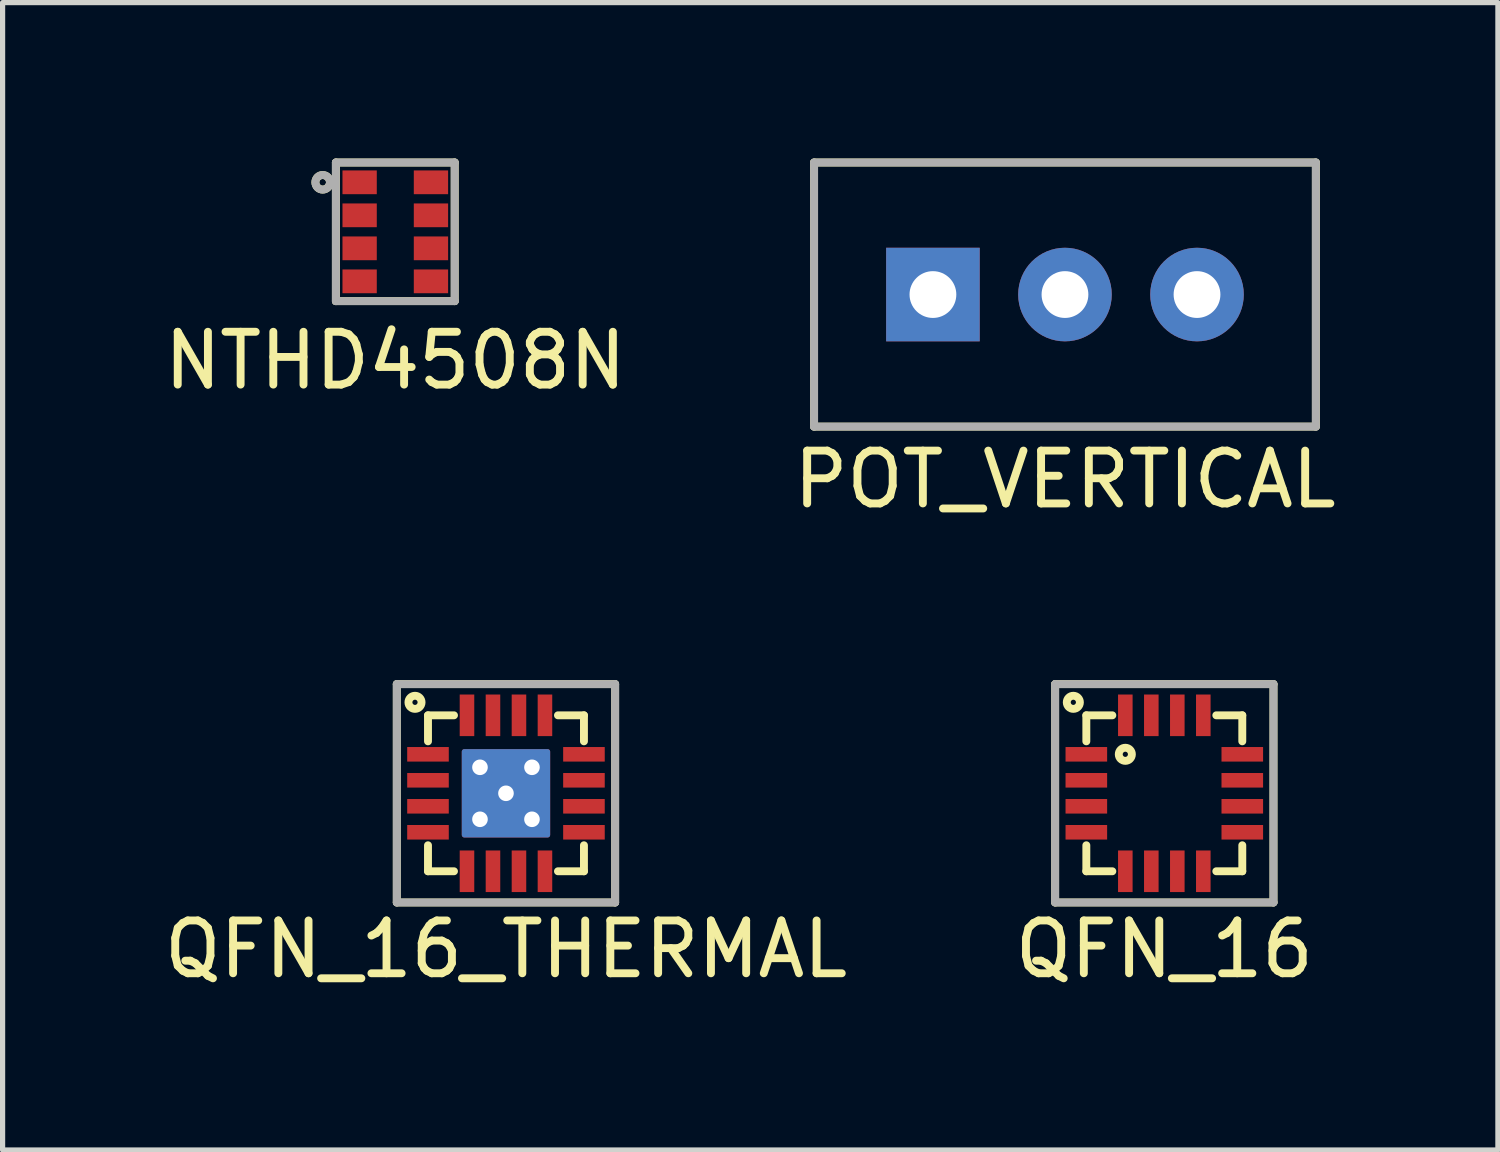
<source format=kicad_pcb>
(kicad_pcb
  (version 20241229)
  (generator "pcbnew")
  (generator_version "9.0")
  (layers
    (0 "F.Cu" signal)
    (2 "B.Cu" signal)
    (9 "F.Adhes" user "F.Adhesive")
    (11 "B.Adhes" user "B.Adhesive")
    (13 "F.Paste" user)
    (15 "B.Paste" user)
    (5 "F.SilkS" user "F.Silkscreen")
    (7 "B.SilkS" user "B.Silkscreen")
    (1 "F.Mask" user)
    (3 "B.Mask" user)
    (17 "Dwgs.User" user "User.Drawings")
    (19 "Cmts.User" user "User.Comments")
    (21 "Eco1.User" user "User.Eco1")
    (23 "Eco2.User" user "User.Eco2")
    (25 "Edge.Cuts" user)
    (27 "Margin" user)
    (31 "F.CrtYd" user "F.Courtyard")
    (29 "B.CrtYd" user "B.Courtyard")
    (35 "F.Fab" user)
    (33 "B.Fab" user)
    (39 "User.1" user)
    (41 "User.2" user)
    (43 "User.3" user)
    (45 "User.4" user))
  (footprint "NTHD4508N"
    (layer "F.Cu")
    (at 4.554 0.457)
    (property "Reference" "NTHD4508N" (at 0 3.429 0) (layer "F.SilkS") (effects (font (size 1.016 1.016) (thickness 0.152))))
    (attr smd)
    (fp_line (start -1.143 -0.381) (end -1.143 2.286) (stroke (width 0.152) (type solid)) (layer "F.SilkS"))
    (fp_line (start -1.143 -0.381) (end 1.143 -0.381) (stroke (width 0.152) (type solid)) (layer "F.SilkS"))
    (fp_line (start -1.143 2.286) (end 1.143 2.286) (stroke (width 0.152) (type solid)) (layer "F.SilkS"))
    (fp_line (start 1.143 -0.381) (end 1.143 2.286) (stroke (width 0.152) (type solid)) (layer "F.SilkS"))
    (fp_circle (center -1.397 0) (end -1.333 0) (stroke (width 0.152) (type solid)) (fill no) (layer "F.SilkS"))
    (fp_line (start -1.143 -0.381) (end 1.143 -0.381) (stroke (width 0.152) (type solid)) (layer "F.Fab"))
    (fp_line (start -1.143 2.286) (end -1.143 -0.381) (stroke (width 0.152) (type solid)) (layer "F.Fab"))
    (fp_line (start 1.143 -0.381) (end 1.143 2.286) (stroke (width 0.152) (type solid)) (layer "F.Fab"))
    (fp_line (start 1.143 2.286) (end -1.143 2.286) (stroke (width 0.152) (type solid)) (layer "F.Fab"))
    (fp_circle (center -1.397 0) (end -1.333 0) (stroke (width 0.152) (type solid)) (fill no) (layer "F.Fab"))
    (pad "1" smd rect (at -0.686 0) (size 0.66 0.457) (layers "F.Cu" "F.Mask" "F.Paste"))
    (pad "2" smd rect (at -0.686 0.635) (size 0.66 0.457) (layers "F.Cu" "F.Mask" "F.Paste"))
    (pad "3" smd rect (at -0.686 1.27) (size 0.66 0.457) (layers "F.Cu" "F.Mask" "F.Paste"))
    (pad "4" smd rect (at -0.686 1.905) (size 0.66 0.457) (layers "F.Cu" "F.Mask" "F.Paste"))
    (pad "5" smd rect (at 0.686 1.905) (size 0.66 0.457) (layers "F.Cu" "F.Mask" "F.Paste"))
    (pad "6" smd rect (at 0.686 1.27) (size 0.66 0.457) (layers "F.Cu" "F.Mask" "F.Paste"))
    (pad "7" smd rect (at 0.686 0.635) (size 0.66 0.457) (layers "F.Cu" "F.Mask" "F.Paste"))
    (pad "8" smd rect (at 0.686 0) (size 0.66 0.457) (layers "F.Cu" "F.Mask" "F.Paste")))
  (footprint "QFN_16_THERMAL"
    (layer "F.Cu")
    (at 6.683 12.21)
    (property "Reference" "QFN_16_THERMAL" (at 0 3 0) (layer "F.SilkS") (effects (font (size 1.016 1.016) (thickness 0.152))))
    (attr smd)
    (fp_poly (pts (xy 0.8 -0.8) (xy 0.8 0.8) (xy -0.8 0.8) (xy -0.8 -0.8)) (stroke (width 0.1) (type solid)) (fill yes) (layer "F.Cu"))
    (fp_poly (pts (xy -0.8 -0.8) (xy 0.8 -0.8) (xy 0.8 0.8) (xy -0.8 0.8)) (stroke (width 0.1) (type solid)) (fill yes) (layer "F.Mask"))
    (fp_poly (pts (xy 0.8 -0.8) (xy 0.8 0.8) (xy -0.8 0.8) (xy -0.8 -0.8)) (stroke (width 0.1) (type solid)) (fill yes) (layer "B.Cu"))
    (fp_poly (pts (xy 0.8 -0.8) (xy 0.8 0.8) (xy -0.8 0.8) (xy -0.8 -0.8)) (stroke (width 0.1) (type solid)) (fill yes) (layer "B.Mask"))
    (fp_line (start -2.1 -2.1) (end 2.1 -2.1) (stroke (width 0.152) (type solid)) (layer "F.SilkS"))
    (fp_line (start -2.1 2.1) (end -2.1 -2.1) (stroke (width 0.152) (type solid)) (layer "F.SilkS"))
    (fp_line (start -1.5 -1.5) (end -1 -1.5) (stroke (width 0.152) (type solid)) (layer "F.SilkS"))
    (fp_line (start -1.5 -1) (end -1.5 -1.5) (stroke (width 0.152) (type solid)) (layer "F.SilkS"))
    (fp_line (start -1.5 1.5) (end -1.5 1) (stroke (width 0.152) (type solid)) (layer "F.SilkS"))
    (fp_line (start -1 1.5) (end -1.5 1.5) (stroke (width 0.152) (type solid)) (layer "F.SilkS"))
    (fp_line (start 1 -1.5) (end 1.5 -1.5) (stroke (width 0.152) (type solid)) (layer "F.SilkS"))
    (fp_line (start 1 1.5) (end 1.5 1.5) (stroke (width 0.152) (type solid)) (layer "F.SilkS"))
    (fp_line (start 1.5 -1.5) (end 1.5 -1) (stroke (width 0.152) (type solid)) (layer "F.SilkS"))
    (fp_line (start 1.5 1.5) (end 1.5 1) (stroke (width 0.152) (type solid)) (layer "F.SilkS"))
    (fp_line (start 2.1 -2.1) (end 2.1 2.1) (stroke (width 0.152) (type solid)) (layer "F.SilkS"))
    (fp_line (start 2.1 2.1) (end -2.1 2.1) (stroke (width 0.152) (type solid)) (layer "F.SilkS"))
    (fp_circle (center -1.75 -1.75) (end -1.75 -1.7) (stroke (width 0.152) (type solid)) (fill no) (layer "F.SilkS"))
    (fp_line (start -2.1 -2.1) (end 2.1 -2.1) (stroke (width 0.152) (type solid)) (layer "F.Fab"))
    (fp_line (start -2.1 2.1) (end -2.1 -2.1) (stroke (width 0.152) (type solid)) (layer "F.Fab"))
    (fp_line (start 2.1 -2.1) (end 2.1 2.1) (stroke (width 0.152) (type solid)) (layer "F.Fab"))
    (fp_line (start 2.1 2.1) (end -2.1 2.1) (stroke (width 0.152) (type solid)) (layer "F.Fab"))
    (pad "" thru_hole circle (at -0.5 -0.5) (size 0.5 0.5) (drill 0.3) (layers "*.Cu" "*.Mask"))
    (pad "" thru_hole circle (at -0.5 0.5) (size 0.5 0.5) (drill 0.3) (layers "*.Cu" "*.Mask"))
    (pad "" thru_hole circle (at 0 0) (size 0.5 0.5) (drill 0.3) (layers "*.Cu" "*.Mask"))
    (pad "" thru_hole circle (at 0.5 -0.5) (size 0.5 0.5) (drill 0.3) (layers "*.Cu" "*.Mask"))
    (pad "" thru_hole circle (at 0.5 0.5) (size 0.5 0.5) (drill 0.3) (layers "*.Cu" "*.Mask"))
    (pad "1" smd rect (at -1.5 -0.75) (size 0.8 0.28) (layers "F.Cu" "F.Mask" "F.Paste"))
    (pad "2" smd rect (at -1.5 -0.25) (size 0.8 0.28) (layers "F.Cu" "F.Mask" "F.Paste"))
    (pad "3" smd rect (at -1.5 0.25) (size 0.8 0.28) (layers "F.Cu" "F.Mask" "F.Paste"))
    (pad "4" smd rect (at -1.5 0.75) (size 0.8 0.28) (layers "F.Cu" "F.Mask" "F.Paste"))
    (pad "5" smd rect (at -0.75 1.5 90) (size 0.8 0.28) (layers "F.Cu" "F.Mask" "F.Paste"))
    (pad "6" smd rect (at -0.25 1.5 90) (size 0.8 0.28) (layers "F.Cu" "F.Mask" "F.Paste"))
    (pad "7" smd rect (at 0.25 1.5 90) (size 0.8 0.28) (layers "F.Cu" "F.Mask" "F.Paste"))
    (pad "8" smd rect (at 0.75 1.5 90) (size 0.8 0.28) (layers "F.Cu" "F.Mask" "F.Paste"))
    (pad "9" smd rect (at 1.5 0.75) (size 0.8 0.28) (layers "F.Cu" "F.Mask" "F.Paste"))
    (pad "10" smd rect (at 1.5 0.25) (size 0.8 0.28) (layers "F.Cu" "F.Mask" "F.Paste"))
    (pad "11" smd rect (at 1.5 -0.25) (size 0.8 0.28) (layers "F.Cu" "F.Mask" "F.Paste"))
    (pad "12" smd rect (at 1.5 -0.75) (size 0.8 0.28) (layers "F.Cu" "F.Mask" "F.Paste"))
    (pad "13" smd rect (at 0.75 -1.5 90) (size 0.8 0.28) (layers "F.Cu" "F.Mask" "F.Paste"))
    (pad "14" smd rect (at 0.25 -1.5 90) (size 0.8 0.28) (layers "F.Cu" "F.Mask" "F.Paste"))
    (pad "15" smd rect (at -0.25 -1.5 90) (size 0.8 0.28) (layers "F.Cu" "F.Mask" "F.Paste"))
    (pad "16" smd rect (at -0.75 -1.5 90) (size 0.8 0.28) (layers "F.Cu" "F.Mask" "F.Paste")))
  (footprint "POT_VERTICAL"
    (layer "F.Cu")
    (at 17.436 2.616)
    (property "Reference" "POT_VERTICAL" (at 0 3.556 0) (layer "F.SilkS") (effects (font (size 1.016 1.016) (thickness 0.152))))
    (attr through_hole)
    (fp_line (start -4.826 -2.54) (end -4.826 2.54) (stroke (width 0.152) (type solid)) (layer "F.SilkS"))
    (fp_line (start -4.826 2.54) (end 4.826 2.54) (stroke (width 0.152) (type solid)) (layer "F.SilkS"))
    (fp_line (start 4.826 -2.54) (end -4.826 -2.54) (stroke (width 0.152) (type solid)) (layer "F.SilkS"))
    (fp_line (start 4.826 2.54) (end 4.826 -2.54) (stroke (width 0.152) (type solid)) (layer "F.SilkS"))
    (fp_line (start -4.826 -2.54) (end -4.826 2.54) (stroke (width 0.152) (type solid)) (layer "F.Fab"))
    (fp_line (start -4.826 2.54) (end 4.826 2.54) (stroke (width 0.152) (type solid)) (layer "F.Fab"))
    (fp_line (start 4.826 -2.54) (end -4.826 -2.54) (stroke (width 0.152) (type solid)) (layer "F.Fab"))
    (fp_line (start 4.826 2.54) (end 4.826 -2.54) (stroke (width 0.152) (type solid)) (layer "F.Fab"))
    (pad "1" thru_hole rect (at -2.54 0) (size 1.8 1.8) (drill 0.9) (layers "*.Cu" "*.Mask"))
    (pad "2" thru_hole circle (at 0 0) (size 1.8 1.8) (drill 0.9) (layers "*.Cu" "*.Mask"))
    (pad "3" thru_hole circle (at 2.54 0) (size 1.8 1.8) (drill 0.9) (layers "*.Cu" "*.Mask")))
  (footprint "QFN_16"
    (layer "F.Cu")
    (at 19.347 12.21)
    (property "Reference" "QFN_16" (at 0 3 0) (layer "F.SilkS") (effects (font (size 1.016 1.016) (thickness 0.152))))
    (attr smd)
    (fp_line (start -2.1 -2.1) (end 2.1 -2.1) (stroke (width 0.152) (type solid)) (layer "F.SilkS"))
    (fp_line (start -2.1 2.1) (end -2.1 -2.1) (stroke (width 0.152) (type solid)) (layer "F.SilkS"))
    (fp_line (start -1.5 -1.5) (end -1 -1.5) (stroke (width 0.152) (type solid)) (layer "F.SilkS"))
    (fp_line (start -1.5 -1) (end -1.5 -1.5) (stroke (width 0.152) (type solid)) (layer "F.SilkS"))
    (fp_line (start -1.5 1.5) (end -1.5 1) (stroke (width 0.152) (type solid)) (layer "F.SilkS"))
    (fp_line (start -1 1.5) (end -1.5 1.5) (stroke (width 0.152) (type solid)) (layer "F.SilkS"))
    (fp_line (start 1 -1.5) (end 1.5 -1.5) (stroke (width 0.152) (type solid)) (layer "F.SilkS"))
    (fp_line (start 1 1.5) (end 1.5 1.5) (stroke (width 0.152) (type solid)) (layer "F.SilkS"))
    (fp_line (start 1.5 -1.5) (end 1.5 -1) (stroke (width 0.152) (type solid)) (layer "F.SilkS"))
    (fp_line (start 1.5 1.5) (end 1.5 1) (stroke (width 0.152) (type solid)) (layer "F.SilkS"))
    (fp_line (start 2.1 -2.1) (end 2.1 2.1) (stroke (width 0.152) (type solid)) (layer "F.SilkS"))
    (fp_line (start 2.1 2.1) (end -2.1 2.1) (stroke (width 0.152) (type solid)) (layer "F.SilkS"))
    (fp_circle (center -1.75 -1.75) (end -1.75 -1.7) (stroke (width 0.152) (type solid)) (fill no) (layer "F.SilkS"))
    (fp_circle (center -0.75 -0.75) (end -0.75 -0.7) (stroke (width 0.152) (type solid)) (fill no) (layer "F.SilkS"))
    (fp_line (start -2.1 -2.1) (end 2.1 -2.1) (stroke (width 0.152) (type solid)) (layer "F.Fab"))
    (fp_line (start -2.1 2.1) (end -2.1 -2.1) (stroke (width 0.152) (type solid)) (layer "F.Fab"))
    (fp_line (start 2.1 -2.1) (end 2.1 2.1) (stroke (width 0.152) (type solid)) (layer "F.Fab"))
    (fp_line (start 2.1 2.1) (end -2.1 2.1) (stroke (width 0.152) (type solid)) (layer "F.Fab"))
    (pad "1" smd rect (at -1.5 -0.75) (size 0.8 0.28) (layers "F.Cu" "F.Mask" "F.Paste"))
    (pad "2" smd rect (at -1.5 -0.25) (size 0.8 0.28) (layers "F.Cu" "F.Mask" "F.Paste"))
    (pad "3" smd rect (at -1.5 0.25) (size 0.8 0.28) (layers "F.Cu" "F.Mask" "F.Paste"))
    (pad "4" smd rect (at -1.5 0.75) (size 0.8 0.28) (layers "F.Cu" "F.Mask" "F.Paste"))
    (pad "5" smd rect (at -0.75 1.5 90) (size 0.8 0.28) (layers "F.Cu" "F.Mask" "F.Paste"))
    (pad "6" smd rect (at -0.25 1.5 90) (size 0.8 0.28) (layers "F.Cu" "F.Mask" "F.Paste"))
    (pad "7" smd rect (at 0.25 1.5 90) (size 0.8 0.28) (layers "F.Cu" "F.Mask" "F.Paste"))
    (pad "8" smd rect (at 0.75 1.5 90) (size 0.8 0.28) (layers "F.Cu" "F.Mask" "F.Paste"))
    (pad "9" smd rect (at 1.5 0.75) (size 0.8 0.28) (layers "F.Cu" "F.Mask" "F.Paste"))
    (pad "10" smd rect (at 1.5 0.25) (size 0.8 0.28) (layers "F.Cu" "F.Mask" "F.Paste"))
    (pad "11" smd rect (at 1.5 -0.25) (size 0.8 0.28) (layers "F.Cu" "F.Mask" "F.Paste"))
    (pad "12" smd rect (at 1.5 -0.75) (size 0.8 0.28) (layers "F.Cu" "F.Mask" "F.Paste"))
    (pad "13" smd rect (at 0.75 -1.5 90) (size 0.8 0.28) (layers "F.Cu" "F.Mask" "F.Paste"))
    (pad "14" smd rect (at 0.25 -1.5 90) (size 0.8 0.28) (layers "F.Cu" "F.Mask" "F.Paste"))
    (pad "15" smd rect (at -0.25 -1.5 90) (size 0.8 0.28) (layers "F.Cu" "F.Mask" "F.Paste"))
    (pad "16" smd rect (at -0.75 -1.5 90) (size 0.8 0.28) (layers "F.Cu" "F.Mask" "F.Paste")))
  (gr_rect
    (start -3 -3)
    (end 25.764 19.072)
    (stroke (width 0.1) (type default))
    (fill no)
    (layer "Edge.Cuts")))
</source>
